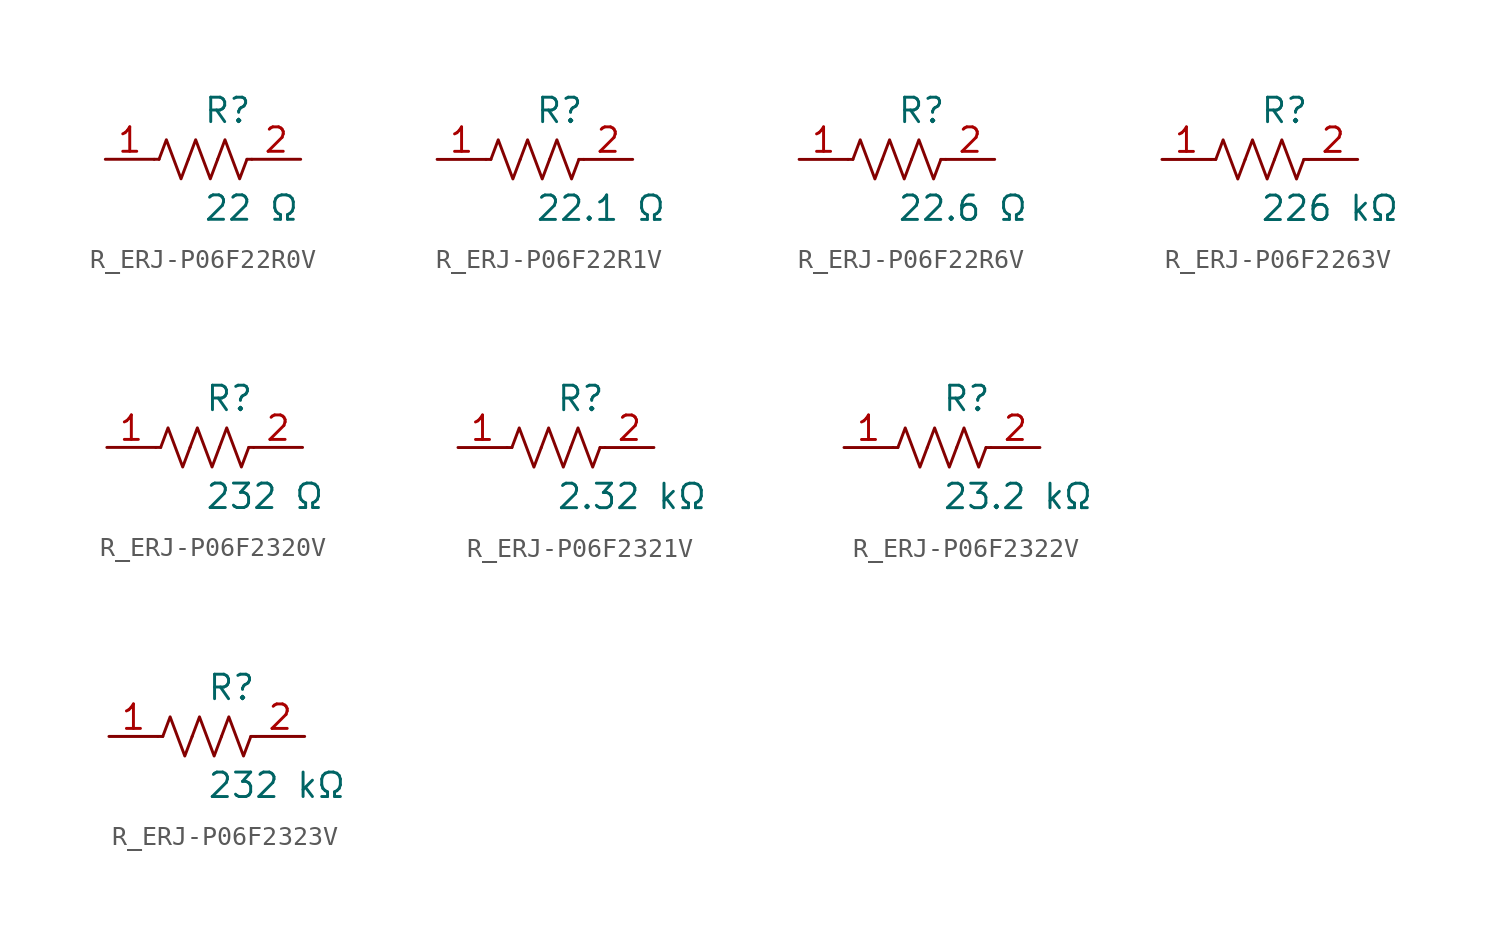
<source format=kicad_sym>
(kicad_symbol_lib
  (version 20231120)
  (generator kicad_symbol_editor)
  (generator_version 8.0)
  (symbol "R_ERJ-P06F22R0V"
    (pin_names
      (offset 0.254))
    (property "Reference" "R"
      (at 0 2.54 0)
      (effects (font (size 1.27 1.27)) (justify left)))
    (property "Value" "22 Ω"
      (at 0 -2.54 0)
      (effects (font (size 1.27 1.27)) (justify left)))
    (symbol "R_ERJ-P06F22R0V_0_1"
      (polyline (pts (xy 2.286 0) (xy 2.54 0)) (stroke (width 0) (type default)) (fill (type none)))
      (polyline (pts (xy -2.286 0) (xy -2.54 0)) (stroke (width 0) (type default)) (fill (type none)))
      (polyline (pts (xy 0.762 0) (xy 1.143 1.016) (xy 1.524 0) (xy 1.905 -1.016) (xy 2.286 0)) (stroke (width 0) (type default)) (fill (type none)))
      (polyline (pts (xy -0.762 0) (xy -0.381 1.016) (xy 0 0) (xy 0.381 -1.016) (xy 0.762 0)) (stroke (width 0) (type default)) (fill (type none)))
      (polyline (pts (xy -2.286 0) (xy -1.905 1.016) (xy -1.524 0) (xy -1.143 -1.016) (xy -0.762 0)) (stroke (width 0) (type default)) (fill (type none))))
    (pin passive line
      (at -5.08 0 0)
      (length 2.54)
      (name "" (effects (font (size 1.27 1.27))))
      (number "1" (effects (font (size 1.27 1.27)))))
    (pin passive line
      (at 5.08 0 180)
      (length 2.54)
      (name "" (effects (font (size 1.27 1.27))))
      (number "2" (effects (font (size 1.27 1.27))))))
  (symbol "R_ERJ-P06F22R1V"
    (pin_names
      (offset 0.254))
    (property "Reference" "R"
      (at 0 2.54 0)
      (effects (font (size 1.27 1.27)) (justify left)))
    (property "Value" "22.1 Ω"
      (at 0 -2.54 0)
      (effects (font (size 1.27 1.27)) (justify left)))
    (symbol "R_ERJ-P06F22R1V_0_1"
      (polyline (pts (xy 2.286 0) (xy 2.54 0)) (stroke (width 0) (type default)) (fill (type none)))
      (polyline (pts (xy -2.286 0) (xy -2.54 0)) (stroke (width 0) (type default)) (fill (type none)))
      (polyline (pts (xy 0.762 0) (xy 1.143 1.016) (xy 1.524 0) (xy 1.905 -1.016) (xy 2.286 0)) (stroke (width 0) (type default)) (fill (type none)))
      (polyline (pts (xy -0.762 0) (xy -0.381 1.016) (xy 0 0) (xy 0.381 -1.016) (xy 0.762 0)) (stroke (width 0) (type default)) (fill (type none)))
      (polyline (pts (xy -2.286 0) (xy -1.905 1.016) (xy -1.524 0) (xy -1.143 -1.016) (xy -0.762 0)) (stroke (width 0) (type default)) (fill (type none))))
    (pin passive line
      (at -5.08 0 0)
      (length 2.54)
      (name "" (effects (font (size 1.27 1.27))))
      (number "1" (effects (font (size 1.27 1.27)))))
    (pin passive line
      (at 5.08 0 180)
      (length 2.54)
      (name "" (effects (font (size 1.27 1.27))))
      (number "2" (effects (font (size 1.27 1.27))))))
  (symbol "R_ERJ-P06F22R6V"
    (pin_names
      (offset 0.254))
    (property "Reference" "R"
      (at 0 2.54 0)
      (effects (font (size 1.27 1.27)) (justify left)))
    (property "Value" "22.6 Ω"
      (at 0 -2.54 0)
      (effects (font (size 1.27 1.27)) (justify left)))
    (symbol "R_ERJ-P06F22R6V_0_1"
      (polyline (pts (xy 2.286 0) (xy 2.54 0)) (stroke (width 0) (type default)) (fill (type none)))
      (polyline (pts (xy -2.286 0) (xy -2.54 0)) (stroke (width 0) (type default)) (fill (type none)))
      (polyline (pts (xy 0.762 0) (xy 1.143 1.016) (xy 1.524 0) (xy 1.905 -1.016) (xy 2.286 0)) (stroke (width 0) (type default)) (fill (type none)))
      (polyline (pts (xy -0.762 0) (xy -0.381 1.016) (xy 0 0) (xy 0.381 -1.016) (xy 0.762 0)) (stroke (width 0) (type default)) (fill (type none)))
      (polyline (pts (xy -2.286 0) (xy -1.905 1.016) (xy -1.524 0) (xy -1.143 -1.016) (xy -0.762 0)) (stroke (width 0) (type default)) (fill (type none))))
    (pin passive line
      (at -5.08 0 0)
      (length 2.54)
      (name "" (effects (font (size 1.27 1.27))))
      (number "1" (effects (font (size 1.27 1.27)))))
    (pin passive line
      (at 5.08 0 180)
      (length 2.54)
      (name "" (effects (font (size 1.27 1.27))))
      (number "2" (effects (font (size 1.27 1.27))))))
  (symbol "R_ERJ-P06F2263V"
    (pin_names
      (offset 0.254))
    (property "Reference" "R"
      (at 0 2.54 0)
      (effects (font (size 1.27 1.27)) (justify left)))
    (property "Value" "226 kΩ"
      (at 0 -2.54 0)
      (effects (font (size 1.27 1.27)) (justify left)))
    (symbol "R_ERJ-P06F2263V_0_1"
      (polyline (pts (xy 2.286 0) (xy 2.54 0)) (stroke (width 0) (type default)) (fill (type none)))
      (polyline (pts (xy -2.286 0) (xy -2.54 0)) (stroke (width 0) (type default)) (fill (type none)))
      (polyline (pts (xy 0.762 0) (xy 1.143 1.016) (xy 1.524 0) (xy 1.905 -1.016) (xy 2.286 0)) (stroke (width 0) (type default)) (fill (type none)))
      (polyline (pts (xy -0.762 0) (xy -0.381 1.016) (xy 0 0) (xy 0.381 -1.016) (xy 0.762 0)) (stroke (width 0) (type default)) (fill (type none)))
      (polyline (pts (xy -2.286 0) (xy -1.905 1.016) (xy -1.524 0) (xy -1.143 -1.016) (xy -0.762 0)) (stroke (width 0) (type default)) (fill (type none))))
    (pin passive line
      (at -5.08 0 0)
      (length 2.54)
      (name "" (effects (font (size 1.27 1.27))))
      (number "1" (effects (font (size 1.27 1.27)))))
    (pin passive line
      (at 5.08 0 180)
      (length 2.54)
      (name "" (effects (font (size 1.27 1.27))))
      (number "2" (effects (font (size 1.27 1.27))))))
  (symbol "R_ERJ-P06F2320V"
    (pin_names
      (offset 0.254))
    (property "Reference" "R"
      (at 0 2.54 0)
      (effects (font (size 1.27 1.27)) (justify left)))
    (property "Value" "232 Ω"
      (at 0 -2.54 0)
      (effects (font (size 1.27 1.27)) (justify left)))
    (symbol "R_ERJ-P06F2320V_0_1"
      (polyline (pts (xy 2.286 0) (xy 2.54 0)) (stroke (width 0) (type default)) (fill (type none)))
      (polyline (pts (xy -2.286 0) (xy -2.54 0)) (stroke (width 0) (type default)) (fill (type none)))
      (polyline (pts (xy 0.762 0) (xy 1.143 1.016) (xy 1.524 0) (xy 1.905 -1.016) (xy 2.286 0)) (stroke (width 0) (type default)) (fill (type none)))
      (polyline (pts (xy -0.762 0) (xy -0.381 1.016) (xy 0 0) (xy 0.381 -1.016) (xy 0.762 0)) (stroke (width 0) (type default)) (fill (type none)))
      (polyline (pts (xy -2.286 0) (xy -1.905 1.016) (xy -1.524 0) (xy -1.143 -1.016) (xy -0.762 0)) (stroke (width 0) (type default)) (fill (type none))))
    (pin passive line
      (at -5.08 0 0)
      (length 2.54)
      (name "" (effects (font (size 1.27 1.27))))
      (number "1" (effects (font (size 1.27 1.27)))))
    (pin passive line
      (at 5.08 0 180)
      (length 2.54)
      (name "" (effects (font (size 1.27 1.27))))
      (number "2" (effects (font (size 1.27 1.27))))))
  (symbol "R_ERJ-P06F2321V"
    (pin_names
      (offset 0.254))
    (property "Reference" "R"
      (at 0 2.54 0)
      (effects (font (size 1.27 1.27)) (justify left)))
    (property "Value" "2.32 kΩ"
      (at 0 -2.54 0)
      (effects (font (size 1.27 1.27)) (justify left)))
    (symbol "R_ERJ-P06F2321V_0_1"
      (polyline (pts (xy 2.286 0) (xy 2.54 0)) (stroke (width 0) (type default)) (fill (type none)))
      (polyline (pts (xy -2.286 0) (xy -2.54 0)) (stroke (width 0) (type default)) (fill (type none)))
      (polyline (pts (xy 0.762 0) (xy 1.143 1.016) (xy 1.524 0) (xy 1.905 -1.016) (xy 2.286 0)) (stroke (width 0) (type default)) (fill (type none)))
      (polyline (pts (xy -0.762 0) (xy -0.381 1.016) (xy 0 0) (xy 0.381 -1.016) (xy 0.762 0)) (stroke (width 0) (type default)) (fill (type none)))
      (polyline (pts (xy -2.286 0) (xy -1.905 1.016) (xy -1.524 0) (xy -1.143 -1.016) (xy -0.762 0)) (stroke (width 0) (type default)) (fill (type none))))
    (pin passive line
      (at -5.08 0 0)
      (length 2.54)
      (name "" (effects (font (size 1.27 1.27))))
      (number "1" (effects (font (size 1.27 1.27)))))
    (pin passive line
      (at 5.08 0 180)
      (length 2.54)
      (name "" (effects (font (size 1.27 1.27))))
      (number "2" (effects (font (size 1.27 1.27))))))
  (symbol "R_ERJ-P06F2322V"
    (pin_names
      (offset 0.254))
    (property "Reference" "R"
      (at 0 2.54 0)
      (effects (font (size 1.27 1.27)) (justify left)))
    (property "Value" "23.2 kΩ"
      (at 0 -2.54 0)
      (effects (font (size 1.27 1.27)) (justify left)))
    (symbol "R_ERJ-P06F2322V_0_1"
      (polyline (pts (xy 2.286 0) (xy 2.54 0)) (stroke (width 0) (type default)) (fill (type none)))
      (polyline (pts (xy -2.286 0) (xy -2.54 0)) (stroke (width 0) (type default)) (fill (type none)))
      (polyline (pts (xy 0.762 0) (xy 1.143 1.016) (xy 1.524 0) (xy 1.905 -1.016) (xy 2.286 0)) (stroke (width 0) (type default)) (fill (type none)))
      (polyline (pts (xy -0.762 0) (xy -0.381 1.016) (xy 0 0) (xy 0.381 -1.016) (xy 0.762 0)) (stroke (width 0) (type default)) (fill (type none)))
      (polyline (pts (xy -2.286 0) (xy -1.905 1.016) (xy -1.524 0) (xy -1.143 -1.016) (xy -0.762 0)) (stroke (width 0) (type default)) (fill (type none))))
    (pin passive line
      (at -5.08 0 0)
      (length 2.54)
      (name "" (effects (font (size 1.27 1.27))))
      (number "1" (effects (font (size 1.27 1.27)))))
    (pin passive line
      (at 5.08 0 180)
      (length 2.54)
      (name "" (effects (font (size 1.27 1.27))))
      (number "2" (effects (font (size 1.27 1.27))))))
  (symbol "R_ERJ-P06F2323V"
    (pin_names
      (offset 0.254))
    (property "Reference" "R"
      (at 0 2.54 0)
      (effects (font (size 1.27 1.27)) (justify left)))
    (property "Value" "232 kΩ"
      (at 0 -2.54 0)
      (effects (font (size 1.27 1.27)) (justify left)))
    (symbol "R_ERJ-P06F2323V_0_1"
      (polyline (pts (xy 2.286 0) (xy 2.54 0)) (stroke (width 0) (type default)) (fill (type none)))
      (polyline (pts (xy -2.286 0) (xy -2.54 0)) (stroke (width 0) (type default)) (fill (type none)))
      (polyline (pts (xy 0.762 0) (xy 1.143 1.016) (xy 1.524 0) (xy 1.905 -1.016) (xy 2.286 0)) (stroke (width 0) (type default)) (fill (type none)))
      (polyline (pts (xy -0.762 0) (xy -0.381 1.016) (xy 0 0) (xy 0.381 -1.016) (xy 0.762 0)) (stroke (width 0) (type default)) (fill (type none)))
      (polyline (pts (xy -2.286 0) (xy -1.905 1.016) (xy -1.524 0) (xy -1.143 -1.016) (xy -0.762 0)) (stroke (width 0) (type default)) (fill (type none))))
    (pin passive line
      (at -5.08 0 0)
      (length 2.54)
      (name "" (effects (font (size 1.27 1.27))))
      (number "1" (effects (font (size 1.27 1.27)))))
    (pin passive line
      (at 5.08 0 180)
      (length 2.54)
      (name "" (effects (font (size 1.27 1.27))))
      (number "2" (effects (font (size 1.27 1.27)))))))
</source>
